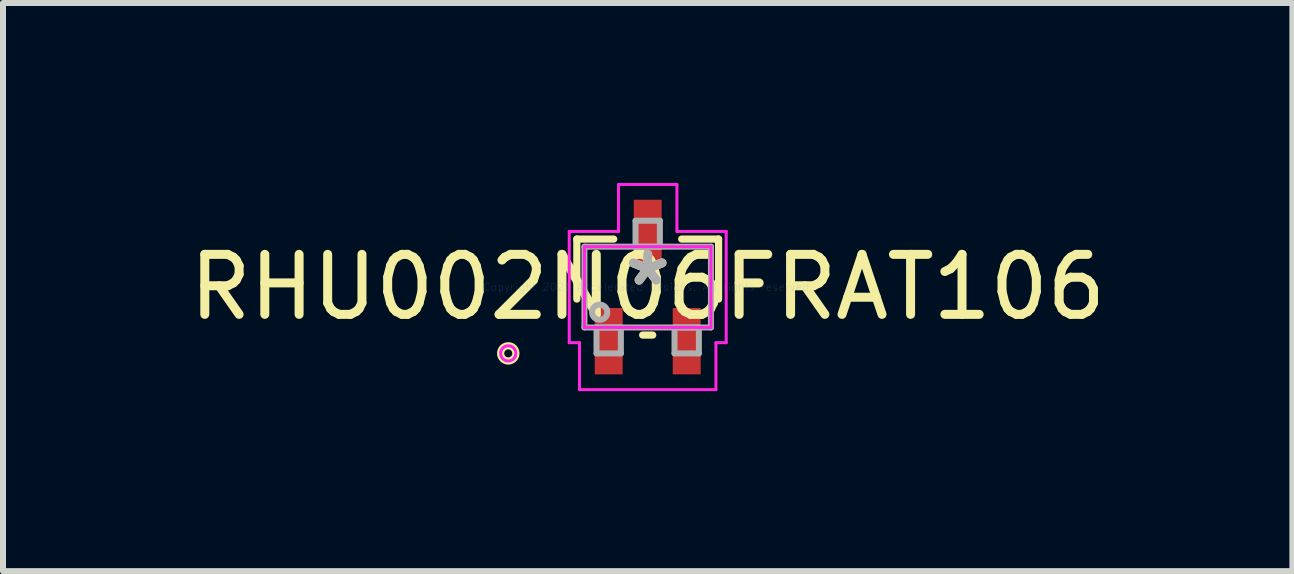
<source format=kicad_pcb>
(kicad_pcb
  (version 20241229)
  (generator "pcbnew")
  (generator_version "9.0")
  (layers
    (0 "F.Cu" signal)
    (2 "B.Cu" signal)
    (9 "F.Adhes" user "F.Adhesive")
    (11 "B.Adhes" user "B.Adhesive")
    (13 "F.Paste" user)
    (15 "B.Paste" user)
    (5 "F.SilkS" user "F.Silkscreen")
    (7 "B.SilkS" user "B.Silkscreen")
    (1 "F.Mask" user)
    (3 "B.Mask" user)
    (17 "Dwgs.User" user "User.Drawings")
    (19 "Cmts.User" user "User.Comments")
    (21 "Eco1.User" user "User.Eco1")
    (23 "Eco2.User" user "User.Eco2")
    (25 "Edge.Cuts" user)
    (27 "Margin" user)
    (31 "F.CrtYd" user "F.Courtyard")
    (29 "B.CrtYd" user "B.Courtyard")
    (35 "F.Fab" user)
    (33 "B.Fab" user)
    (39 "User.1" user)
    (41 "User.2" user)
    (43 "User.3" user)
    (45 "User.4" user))
  (footprint "RHU002N06FRAT106"
    (layer "F.Cu")
    (at 7.744 1.734)
    (property "Reference" "RHU002N06FRAT106" (at 0 0 0) (layer "F.SilkS") (effects (font (size 1 1) (thickness 0.15))))
    (attr through_hole)
    (fp_line (start -1.181 -0.8) (end -1.181 0.2) (stroke (width 0.12) (type solid)) (layer "F.SilkS"))
    (fp_line (start -0.566 -0.8) (end -1.181 -0.8) (stroke (width 0.12) (type solid)) (layer "F.SilkS"))
    (fp_line (start -0.084 0.8) (end 0.084 0.8) (stroke (width 0.12) (type solid)) (layer "F.SilkS"))
    (fp_line (start 1.181 -0.8) (end 0.566 -0.8) (stroke (width 0.12) (type solid)) (layer "F.SilkS"))
    (fp_line (start 1.181 0.2) (end 1.181 -0.8) (stroke (width 0.12) (type solid)) (layer "F.SilkS"))
    (fp_circle (center -2.324 1.105) (end -2.197 1.105) (stroke (width 0.12) (type solid)) (fill no) (layer "F.SilkS"))
    (fp_line (start -1.308 -0.927) (end -0.487 -0.927) (stroke (width 0.05) (type solid)) (layer "F.CrtYd"))
    (fp_line (start -1.308 0.927) (end -1.308 -0.927) (stroke (width 0.05) (type solid)) (layer "F.CrtYd"))
    (fp_line (start -1.137 0.927) (end -1.308 0.927) (stroke (width 0.05) (type solid)) (layer "F.CrtYd"))
    (fp_line (start -1.137 1.709) (end -1.137 0.927) (stroke (width 0.05) (type solid)) (layer "F.CrtYd"))
    (fp_line (start -1.054 -0.673) (end 1.054 -0.673) (stroke (width 0.05) (type solid)) (layer "F.CrtYd"))
    (fp_line (start -1.054 0.673) (end -1.054 -0.673) (stroke (width 0.05) (type solid)) (layer "F.CrtYd"))
    (fp_line (start -0.487 -1.709) (end 0.487 -1.709) (stroke (width 0.05) (type solid)) (layer "F.CrtYd"))
    (fp_line (start -0.487 -0.927) (end -0.487 -1.709) (stroke (width 0.05) (type solid)) (layer "F.CrtYd"))
    (fp_line (start 0.487 -1.709) (end 0.487 -0.927) (stroke (width 0.05) (type solid)) (layer "F.CrtYd"))
    (fp_line (start 0.487 -0.927) (end 1.308 -0.927) (stroke (width 0.05) (type solid)) (layer "F.CrtYd"))
    (fp_line (start 1.054 -0.673) (end 1.054 0.673) (stroke (width 0.05) (type solid)) (layer "F.CrtYd"))
    (fp_line (start 1.054 0.673) (end -1.054 0.673) (stroke (width 0.05) (type solid)) (layer "F.CrtYd"))
    (fp_line (start 1.137 0.927) (end 1.137 1.709) (stroke (width 0.05) (type solid)) (layer "F.CrtYd"))
    (fp_line (start 1.137 1.709) (end -1.137 1.709) (stroke (width 0.05) (type solid)) (layer "F.CrtYd"))
    (fp_line (start 1.308 -0.927) (end 1.308 0.927) (stroke (width 0.05) (type solid)) (layer "F.CrtYd"))
    (fp_line (start 1.308 0.927) (end 1.137 0.927) (stroke (width 0.05) (type solid)) (layer "F.CrtYd"))
    (fp_circle (center -2.324 1.105) (end -2.197 1.105) (stroke (width 0.05) (type solid)) (fill no) (layer "F.CrtYd"))
    (fp_line (start -1.054 -0.673) (end -1.054 0.673) (stroke (width 0.1) (type solid)) (layer "F.Fab"))
    (fp_line (start -1.054 0.673) (end 1.054 0.673) (stroke (width 0.1) (type solid)) (layer "F.Fab"))
    (fp_line (start -0.853 0.673) (end -0.853 1.105) (stroke (width 0.1) (type solid)) (layer "F.Fab"))
    (fp_line (start -0.853 1.105) (end -0.447 1.105) (stroke (width 0.1) (type solid)) (layer "F.Fab"))
    (fp_line (start -0.447 0.673) (end -0.853 0.673) (stroke (width 0.1) (type solid)) (layer "F.Fab"))
    (fp_line (start -0.447 1.105) (end -0.447 0.673) (stroke (width 0.1) (type solid)) (layer "F.Fab"))
    (fp_line (start -0.203 -1.105) (end -0.203 -0.673) (stroke (width 0.1) (type solid)) (layer "F.Fab"))
    (fp_line (start -0.203 -0.673) (end 0.203 -0.673) (stroke (width 0.1) (type solid)) (layer "F.Fab"))
    (fp_line (start 0.203 -1.105) (end -0.203 -1.105) (stroke (width 0.1) (type solid)) (layer "F.Fab"))
    (fp_line (start 0.203 -0.673) (end 0.203 -1.105) (stroke (width 0.1) (type solid)) (layer "F.Fab"))
    (fp_line (start 0.447 0.673) (end 0.447 1.105) (stroke (width 0.1) (type solid)) (layer "F.Fab"))
    (fp_line (start 0.447 1.105) (end 0.853 1.105) (stroke (width 0.1) (type solid)) (layer "F.Fab"))
    (fp_line (start 0.853 0.673) (end 0.447 0.673) (stroke (width 0.1) (type solid)) (layer "F.Fab"))
    (fp_line (start 0.853 1.105) (end 0.853 0.673) (stroke (width 0.1) (type solid)) (layer "F.Fab"))
    (fp_line (start 1.054 -0.673) (end -1.054 -0.673) (stroke (width 0.1) (type solid)) (layer "F.Fab"))
    (fp_line (start 1.054 0.673) (end 1.054 -0.673) (stroke (width 0.1) (type solid)) (layer "F.Fab"))
    (fp_circle (center -0.8 0.419) (end -0.673 0.419) (stroke (width 0.1) (type solid)) (fill no) (layer "F.Fab"))
    (fp_text user "*" (at 0 0 0) (layer "F.SilkS") (effects (font (size 1 1) (thickness 0.15))))
    (fp_text user "Copyright 2021 Accelerated Designs. All rights reserved." (at 0 0 0) (layer "Cmts.User") (effects (font (size 0.127 0.127) (thickness 0.002))))
    (fp_text user "*" (at 0 0 0) (layer "F.Fab") (effects (font (size 1 1) (thickness 0.15))))
    (pad "1" smd rect (at -0.65 0.902) (size 0.466 1.106) (layers "F.Cu" "F.Mask" "F.Paste"))
    (pad "2" smd rect (at 0.65 0.902) (size 0.466 1.106) (layers "F.Cu" "F.Mask" "F.Paste"))
    (pad "3" smd rect (at 0 -0.902) (size 0.466 1.106) (layers "F.Cu" "F.Mask" "F.Paste")))
  (gr_rect
    (start -3 -3)
    (end 18.488 6.468)
    (stroke (width 0.1) (type default))
    (fill no)
    (layer "Edge.Cuts")))
</source>
